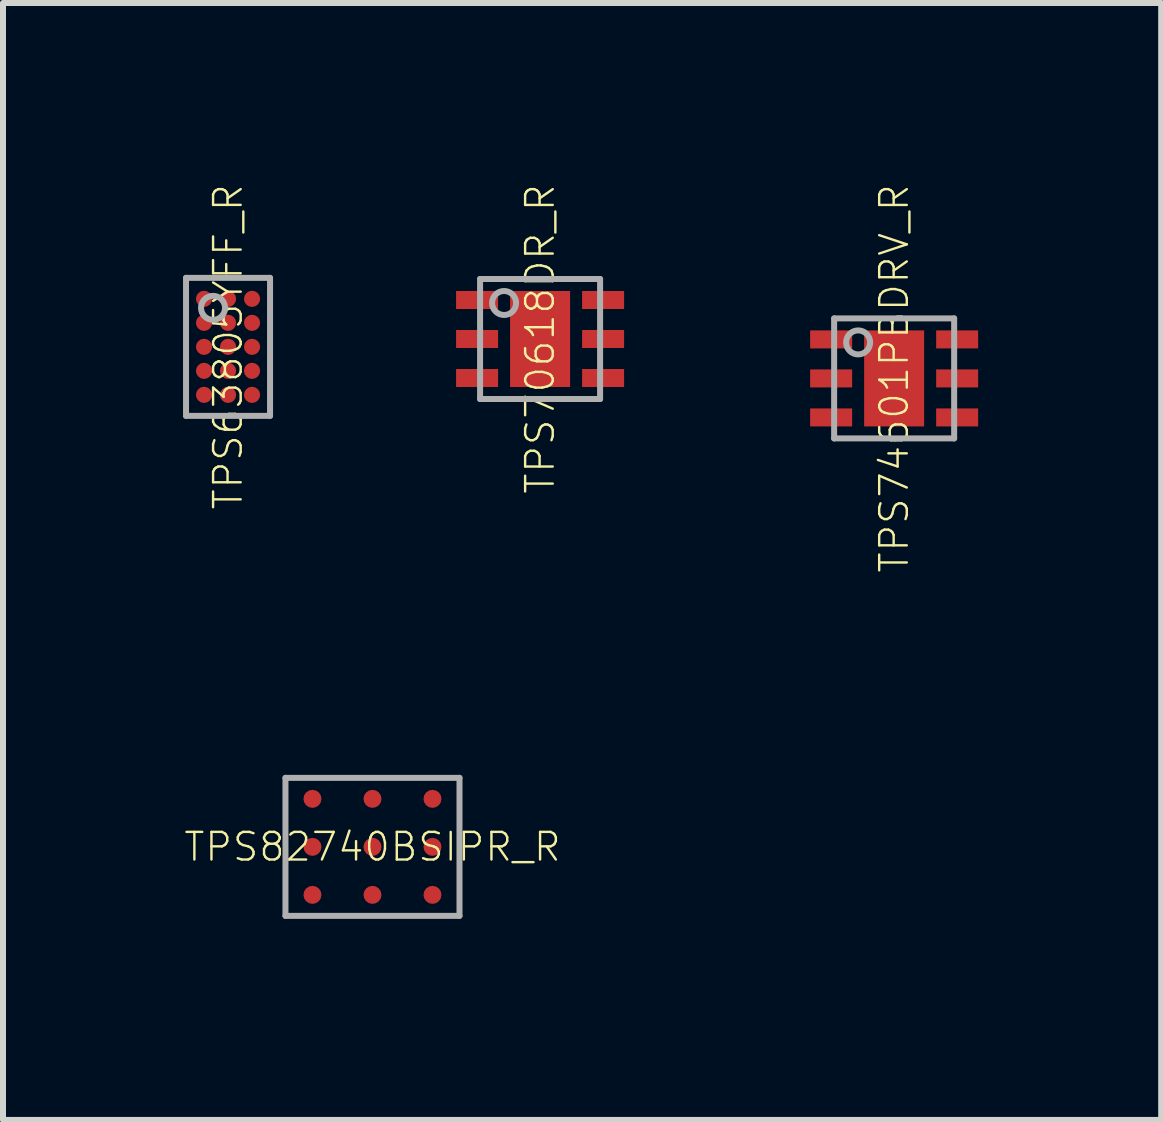
<source format=kicad_pcb>
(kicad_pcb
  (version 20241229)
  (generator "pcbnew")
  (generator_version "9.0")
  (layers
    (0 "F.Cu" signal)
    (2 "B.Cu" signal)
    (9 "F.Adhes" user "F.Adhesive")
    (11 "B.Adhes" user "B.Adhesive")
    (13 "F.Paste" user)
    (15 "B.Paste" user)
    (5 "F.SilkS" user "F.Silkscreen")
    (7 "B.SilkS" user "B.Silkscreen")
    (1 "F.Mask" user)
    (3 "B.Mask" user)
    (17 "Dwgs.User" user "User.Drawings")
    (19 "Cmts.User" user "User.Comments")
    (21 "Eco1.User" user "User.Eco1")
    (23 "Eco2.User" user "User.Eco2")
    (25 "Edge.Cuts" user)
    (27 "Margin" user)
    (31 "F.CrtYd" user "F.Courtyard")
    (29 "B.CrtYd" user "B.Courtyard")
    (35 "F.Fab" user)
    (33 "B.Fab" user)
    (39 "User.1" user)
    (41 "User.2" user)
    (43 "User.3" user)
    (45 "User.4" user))
  (footprint "TPS82740BSIPR_R"
    (layer "F.Cu")
    (at 3.157 11.062)
    (property "Reference" "TPS82740BSIPR_R" (at 0 0 0) (unlocked yes) (layer "F.SilkS") (effects (font (size 0.46 0.46) (thickness 0.04))))
    (fp_line (start -1.5 -1.2) (end -1.8 -1.2) (stroke (width 0.1) (type solid)) (layer "F.Mask"))
    (fp_line (start -1.5 -1.2) (end -1.5 -1.5) (stroke (width 0.1) (type solid)) (layer "F.Mask"))
    (fp_line (start -1.5 1.2) (end -1.8 1.2) (stroke (width 0.1) (type solid)) (layer "F.Mask"))
    (fp_line (start -1.5 1.2) (end -1.5 1.5) (stroke (width 0.1) (type solid)) (layer "F.Mask"))
    (fp_line (start 1.5 -1.2) (end 1.5 -1.5) (stroke (width 0.1) (type solid)) (layer "F.Mask"))
    (fp_line (start 1.5 -1.2) (end 1.8 -1.2) (stroke (width 0.1) (type solid)) (layer "F.Mask"))
    (fp_line (start 1.5 1.2) (end 1.5 1.5) (stroke (width 0.1) (type solid)) (layer "F.Mask"))
    (fp_line (start 1.5 1.2) (end 1.8 1.2) (stroke (width 0.1) (type solid)) (layer "F.Mask"))
    (fp_circle (center -1 -0.8) (end -0.9 -0.8) (stroke (width 0.2) (type solid)) (fill yes) (layer "F.Mask"))
    (fp_circle (center -1 0) (end -0.9 0) (stroke (width 0.2) (type solid)) (fill yes) (layer "F.Mask"))
    (fp_circle (center -1 0.8) (end -0.9 0.8) (stroke (width 0.2) (type solid)) (fill yes) (layer "F.Mask"))
    (fp_circle (center 0 -0.8) (end 0.1 -0.8) (stroke (width 0.2) (type solid)) (fill yes) (layer "F.Mask"))
    (fp_circle (center 0 0) (end 0.1 0) (stroke (width 0.2) (type solid)) (fill yes) (layer "F.Mask"))
    (fp_circle (center 0 0.8) (end 0.1 0.8) (stroke (width 0.2) (type solid)) (fill yes) (layer "F.Mask"))
    (fp_circle (center 1 -0.8) (end 1.1 -0.8) (stroke (width 0.2) (type solid)) (fill yes) (layer "F.Mask"))
    (fp_circle (center 1 0) (end 1.1 0) (stroke (width 0.2) (type solid)) (fill yes) (layer "F.Mask"))
    (fp_circle (center 1 0.8) (end 1.1 0.8) (stroke (width 0.2) (type solid)) (fill yes) (layer "F.Mask"))
    (fp_line (start -1.45 -1.15) (end 1.45 -1.15) (stroke (width 0.1) (type solid)) (layer "F.Fab"))
    (fp_line (start -1.45 1.15) (end -1.45 -1.15) (stroke (width 0.1) (type solid)) (layer "F.Fab"))
    (fp_line (start 1.45 -1.15) (end 1.45 1.15) (stroke (width 0.1) (type solid)) (layer "F.Fab"))
    (fp_line (start 1.45 1.15) (end -1.45 1.15) (stroke (width 0.1) (type solid)) (layer "F.Fab"))
    (pad "A1" smd roundrect (at -1 -0.8 180) (size 0.3 0.3) (layers "F.Cu" "F.Paste") (roundrect_rratio 0.5))
    (pad "A2" smd roundrect (at 0 -0.8 180) (size 0.3 0.3) (layers "F.Cu" "F.Paste") (roundrect_rratio 0.5))
    (pad "A3" smd roundrect (at 1 -0.8 180) (size 0.3 0.3) (layers "F.Cu" "F.Paste") (roundrect_rratio 0.5))
    (pad "B1" smd roundrect (at -1 0 180) (size 0.3 0.3) (layers "F.Cu" "F.Paste") (roundrect_rratio 0.5))
    (pad "B2" smd roundrect (at 0 0 180) (size 0.3 0.3) (layers "F.Cu" "F.Paste") (roundrect_rratio 0.5))
    (pad "B3" smd roundrect (at 1 0 180) (size 0.3 0.3) (layers "F.Cu" "F.Paste") (roundrect_rratio 0.5))
    (pad "C1" smd roundrect (at -1 0.8 180) (size 0.3 0.3) (layers "F.Cu" "F.Paste") (roundrect_rratio 0.5))
    (pad "C2" smd roundrect (at 0 0.8 180) (size 0.3 0.3) (layers "F.Cu" "F.Paste") (roundrect_rratio 0.5))
    (pad "C3" smd roundrect (at 1 0.8 180) (size 0.3 0.3) (layers "F.Cu" "F.Paste") (roundrect_rratio 0.5)))
  (footprint "TPS70618DR_R"
    (layer "F.Cu")
    (at 5.95 2.599)
    (property "Reference" "TPS70618DR_R" (at 0 0 90) (unlocked yes) (layer "F.SilkS") (effects (font (size 0.46 0.46) (thickness 0.04))))
    (fp_poly (pts (xy -1.45 -0.45) (xy -0.65 -0.45) (xy -0.65 -0.85) (xy -1.45 -0.85)) (stroke (width 0) (type default)) (fill yes) (layer "F.Mask"))
    (fp_poly (pts (xy -1.45 0.2) (xy -0.65 0.2) (xy -0.65 -0.2) (xy -1.45 -0.2)) (stroke (width 0) (type default)) (fill yes) (layer "F.Mask"))
    (fp_poly (pts (xy -1.45 0.85) (xy -0.65 0.85) (xy -0.65 0.45) (xy -1.45 0.45)) (stroke (width 0) (type default)) (fill yes) (layer "F.Mask"))
    (fp_poly (pts (xy -0.55 0.85) (xy 0.55 0.85) (xy 0.55 -0.85) (xy -0.55 -0.85)) (stroke (width 0) (type default)) (fill yes) (layer "F.Mask"))
    (fp_poly (pts (xy 0.65 -0.45) (xy 1.45 -0.45) (xy 1.45 -0.85) (xy 0.65 -0.85)) (stroke (width 0) (type default)) (fill yes) (layer "F.Mask"))
    (fp_poly (pts (xy 0.65 0.2) (xy 1.45 0.2) (xy 1.45 -0.2) (xy 0.65 -0.2)) (stroke (width 0) (type default)) (fill yes) (layer "F.Mask"))
    (fp_poly (pts (xy 0.65 0.85) (xy 1.45 0.85) (xy 1.45 0.45) (xy 0.65 0.45)) (stroke (width 0) (type default)) (fill yes) (layer "F.Mask"))
    (fp_poly (pts (xy -1.375 -0.525) (xy -0.725 -0.525) (xy -0.725 -0.775) (xy -1.375 -0.775)) (stroke (width 0) (type default)) (fill yes) (layer "F.Paste"))
    (fp_poly (pts (xy -1.375 0.125) (xy -0.725 0.125) (xy -0.725 -0.125) (xy -1.375 -0.125)) (stroke (width 0) (type default)) (fill yes) (layer "F.Paste"))
    (fp_poly (pts (xy -1.375 0.775) (xy -0.725 0.775) (xy -0.725 0.525) (xy -1.375 0.525)) (stroke (width 0) (type default)) (fill yes) (layer "F.Paste"))
    (fp_poly (pts (xy -0.4 0.7) (xy 0.4 0.7) (xy 0.4 -0.7) (xy -0.4 -0.7)) (stroke (width 0) (type default)) (fill yes) (layer "F.Paste"))
    (fp_poly (pts (xy 1.375 -0.775) (xy 0.725 -0.775) (xy 0.725 -0.525) (xy 1.375 -0.525)) (stroke (width 0) (type default)) (fill yes) (layer "F.Paste"))
    (fp_poly (pts (xy 1.375 -0.125) (xy 0.725 -0.125) (xy 0.725 0.125) (xy 1.375 0.125)) (stroke (width 0) (type default)) (fill yes) (layer "F.Paste"))
    (fp_poly (pts (xy 1.375 0.525) (xy 0.725 0.525) (xy 0.725 0.775) (xy 1.375 0.775)) (stroke (width 0) (type default)) (fill yes) (layer "F.Paste"))
    (fp_line (start -1 -1) (end -1 1) (stroke (width 0.1) (type solid)) (layer "F.Fab"))
    (fp_line (start -1 1) (end 1 1) (stroke (width 0.1) (type solid)) (layer "F.Fab"))
    (fp_line (start 1 -1) (end -1 -1) (stroke (width 0.1) (type solid)) (layer "F.Fab"))
    (fp_line (start 1 1) (end 1 -1) (stroke (width 0.1) (type solid)) (layer "F.Fab"))
    (fp_circle (center -0.6 -0.6) (end -0.4 -0.6) (stroke (width 0.1) (type solid)) (fill no) (layer "F.Fab"))
    (pad "0" smd rect (at 0 0) (size 1 1.6) (layers "F.Cu"))
    (pad "1" smd rect (at -1.05 -0.65) (size 0.7 0.3) (layers "F.Cu"))
    (pad "2" smd rect (at -1.05 0) (size 0.7 0.3) (layers "F.Cu"))
    (pad "3" smd rect (at -1.05 0.65) (size 0.7 0.3) (layers "F.Cu"))
    (pad "4" smd rect (at 1.05 0.65) (size 0.7 0.3) (layers "F.Cu"))
    (pad "5" smd rect (at 1.05 0) (size 0.7 0.3) (layers "F.Cu"))
    (pad "6" smd rect (at 1.05 -0.65) (size 0.7 0.3) (layers "F.Cu")))
  (footprint "TPS63805YFF_R"
    (layer "F.Cu")
    (at 0.75 2.73)
    (property "Reference" "TPS63805YFF_R" (at 0 0 90) (unlocked yes) (layer "F.SilkS") (effects (font (size 0.46 0.46) (thickness 0.04))))
    (fp_circle (center -0.4 -0.8) (end -0.343 -0.8) (stroke (width 0.115) (type solid)) (fill yes) (layer "F.Mask"))
    (fp_circle (center -0.4 -0.4) (end -0.343 -0.4) (stroke (width 0.115) (type solid)) (fill yes) (layer "F.Mask"))
    (fp_circle (center -0.4 0) (end -0.343 0) (stroke (width 0.115) (type solid)) (fill yes) (layer "F.Mask"))
    (fp_circle (center -0.4 0.4) (end -0.343 0.4) (stroke (width 0.115) (type solid)) (fill yes) (layer "F.Mask"))
    (fp_circle (center -0.4 0.8) (end -0.343 0.8) (stroke (width 0.115) (type solid)) (fill yes) (layer "F.Mask"))
    (fp_circle (center 0 -0.8) (end 0.058 -0.8) (stroke (width 0.115) (type solid)) (fill yes) (layer "F.Mask"))
    (fp_circle (center 0 -0.4) (end 0.058 -0.4) (stroke (width 0.115) (type solid)) (fill yes) (layer "F.Mask"))
    (fp_circle (center 0 0) (end 0.058 0) (stroke (width 0.115) (type solid)) (fill yes) (layer "F.Mask"))
    (fp_circle (center 0 0.4) (end 0.058 0.4) (stroke (width 0.115) (type solid)) (fill yes) (layer "F.Mask"))
    (fp_circle (center 0 0.8) (end 0.058 0.8) (stroke (width 0.115) (type solid)) (fill yes) (layer "F.Mask"))
    (fp_circle (center 0.4 -0.8) (end 0.458 -0.8) (stroke (width 0.115) (type solid)) (fill yes) (layer "F.Mask"))
    (fp_circle (center 0.4 -0.4) (end 0.458 -0.4) (stroke (width 0.115) (type solid)) (fill yes) (layer "F.Mask"))
    (fp_circle (center 0.4 0) (end 0.458 0) (stroke (width 0.115) (type solid)) (fill yes) (layer "F.Mask"))
    (fp_circle (center 0.4 0.4) (end 0.458 0.4) (stroke (width 0.115) (type solid)) (fill yes) (layer "F.Mask"))
    (fp_circle (center 0.4 0.8) (end 0.458 0.8) (stroke (width 0.115) (type solid)) (fill yes) (layer "F.Mask"))
    (fp_poly (pts (xy -0.287 -0.855) (xy -0.287 -0.745) (xy -0.345 -0.688) (xy -0.455 -0.688) (xy -0.512 -0.745) (xy -0.512 -0.855) (xy -0.455 -0.912) (xy -0.345 -0.912)) (stroke (width 0) (type default)) (fill yes) (layer "F.Paste"))
    (fp_poly (pts (xy -0.287 -0.455) (xy -0.287 -0.345) (xy -0.345 -0.287) (xy -0.455 -0.287) (xy -0.512 -0.345) (xy -0.512 -0.455) (xy -0.455 -0.512) (xy -0.345 -0.512)) (stroke (width 0) (type default)) (fill yes) (layer "F.Paste"))
    (fp_poly (pts (xy -0.287 0.345) (xy -0.287 0.455) (xy -0.345 0.512) (xy -0.455 0.512) (xy -0.512 0.455) (xy -0.512 0.345) (xy -0.455 0.287) (xy -0.345 0.287)) (stroke (width 0) (type default)) (fill yes) (layer "F.Paste"))
    (fp_poly (pts (xy -0.287 0.745) (xy -0.287 0.855) (xy -0.345 0.912) (xy -0.455 0.912) (xy -0.512 0.855) (xy -0.512 0.745) (xy -0.455 0.688) (xy -0.345 0.688)) (stroke (width 0) (type default)) (fill yes) (layer "F.Paste"))
    (fp_poly (pts (xy 0.512 -0.855) (xy 0.512 -0.745) (xy 0.455 -0.688) (xy 0.345 -0.688) (xy 0.287 -0.745) (xy 0.287 -0.855) (xy 0.345 -0.912) (xy 0.455 -0.912)) (stroke (width 0) (type default)) (fill yes) (layer "F.Paste"))
    (fp_poly (pts (xy 0.512 -0.455) (xy 0.512 -0.345) (xy 0.455 -0.287) (xy 0.345 -0.287) (xy 0.287 -0.345) (xy 0.287 -0.455) (xy 0.345 -0.512) (xy 0.455 -0.512)) (stroke (width 0) (type default)) (fill yes) (layer "F.Paste"))
    (fp_poly (pts (xy 0.512 0.345) (xy 0.512 0.455) (xy 0.455 0.512) (xy 0.345 0.512) (xy 0.287 0.455) (xy 0.287 0.345) (xy 0.345 0.287) (xy 0.455 0.287)) (stroke (width 0) (type default)) (fill yes) (layer "F.Paste"))
    (fp_poly (pts (xy 0.512 0.745) (xy 0.512 0.855) (xy 0.455 0.912) (xy 0.345 0.912) (xy 0.287 0.855) (xy 0.287 0.745) (xy 0.345 0.688) (xy 0.455 0.688)) (stroke (width 0) (type default)) (fill yes) (layer "F.Paste"))
    (fp_poly (pts (xy -0.295 -0.062) (xy -0.287 -0.062) (xy -0.287 0.055) (xy -0.338 0.105) (xy -0.338 0.113) (xy -0.455 0.113) (xy -0.505 0.062) (xy -0.512 0.062) (xy -0.512 -0.055) (xy -0.463 -0.105) (xy -0.463 -0.113) (xy -0.345 -0.113)) (stroke (width 0) (type default)) (fill yes) (layer "F.Paste"))
    (fp_poly (pts (xy 0.105 -0.863) (xy 0.113 -0.863) (xy 0.113 -0.745) (xy 0.062 -0.695) (xy 0.062 -0.688) (xy -0.055 -0.688) (xy -0.105 -0.738) (xy -0.113 -0.738) (xy -0.113 -0.855) (xy -0.062 -0.905) (xy -0.062 -0.912) (xy 0.055 -0.912)) (stroke (width 0) (type default)) (fill yes) (layer "F.Paste"))
    (fp_poly (pts (xy 0.105 -0.463) (xy 0.113 -0.463) (xy 0.113 -0.345) (xy 0.062 -0.295) (xy 0.062 -0.287) (xy -0.055 -0.287) (xy -0.105 -0.338) (xy -0.113 -0.338) (xy -0.113 -0.455) (xy -0.062 -0.505) (xy -0.062 -0.512) (xy 0.055 -0.512)) (stroke (width 0) (type default)) (fill yes) (layer "F.Paste"))
    (fp_poly (pts (xy 0.105 0.338) (xy 0.113 0.338) (xy 0.113 0.455) (xy 0.062 0.505) (xy 0.062 0.512) (xy -0.055 0.512) (xy -0.105 0.463) (xy -0.113 0.463) (xy -0.113 0.345) (xy -0.062 0.295) (xy -0.062 0.287) (xy 0.055 0.287)) (stroke (width 0) (type default)) (fill yes) (layer "F.Paste"))
    (fp_poly (pts (xy 0.105 0.738) (xy 0.113 0.738) (xy 0.113 0.855) (xy 0.062 0.905) (xy 0.062 0.912) (xy -0.055 0.912) (xy -0.105 0.863) (xy -0.113 0.863) (xy -0.113 0.745) (xy -0.062 0.695) (xy -0.062 0.688) (xy 0.055 0.688)) (stroke (width 0) (type default)) (fill yes) (layer "F.Paste"))
    (fp_poly (pts (xy 0.505 -0.062) (xy 0.512 -0.062) (xy 0.512 0.055) (xy 0.463 0.105) (xy 0.463 0.113) (xy 0.345 0.113) (xy 0.295 0.062) (xy 0.287 0.062) (xy 0.287 -0.055) (xy 0.338 -0.105) (xy 0.338 -0.113) (xy 0.455 -0.113)) (stroke (width 0) (type default)) (fill yes) (layer "F.Paste"))
    (fp_poly (pts (xy 0.105 -0.062) (xy 0.113 -0.062) (xy 0.113 0.052) (xy 0.095 0.095) (xy 0.062 0.108) (xy 0.062 0.113) (xy -0.055 0.113) (xy -0.105 0.062) (xy -0.113 0.062) (xy -0.113 -0.055) (xy -0.062 -0.105) (xy -0.062 -0.113) (xy 0.055 -0.113)) (stroke (width 0) (type default)) (fill yes) (layer "F.Paste"))
    (fp_line (start -0.7 -1.15) (end 0.7 -1.15) (stroke (width 0.1) (type solid)) (layer "F.Fab"))
    (fp_line (start -0.7 1.15) (end -0.7 -1.15) (stroke (width 0.1) (type solid)) (layer "F.Fab"))
    (fp_line (start 0.7 -1.15) (end 0.7 1.15) (stroke (width 0.1) (type solid)) (layer "F.Fab"))
    (fp_line (start 0.7 1.15) (end -0.7 1.15) (stroke (width 0.1) (type solid)) (layer "F.Fab"))
    (fp_circle (center -0.25 -0.65) (end -0.05 -0.65) (stroke (width 0.1) (type solid)) (fill no) (layer "F.Fab"))
    (pad "A1" smd roundrect (at -0.4 -0.8) (size 0.27 0.27) (layers "F.Cu") (roundrect_rratio 0.5))
    (pad "A2" smd roundrect (at 0 -0.8) (size 0.27 0.27) (layers "F.Cu") (roundrect_rratio 0.5))
    (pad "A3" smd roundrect (at 0.4 -0.8) (size 0.27 0.27) (layers "F.Cu") (roundrect_rratio 0.5))
    (pad "B1" smd roundrect (at -0.4 -0.4) (size 0.27 0.27) (layers "F.Cu") (roundrect_rratio 0.5))
    (pad "B2" smd roundrect (at 0 -0.4) (size 0.27 0.27) (layers "F.Cu") (roundrect_rratio 0.5))
    (pad "B3" smd roundrect (at 0.4 -0.4) (size 0.27 0.27) (layers "F.Cu") (roundrect_rratio 0.5))
    (pad "C1" smd roundrect (at -0.4 0) (size 0.27 0.27) (layers "F.Cu") (roundrect_rratio 0.5))
    (pad "C2" smd roundrect (at 0 0) (size 0.27 0.27) (layers "F.Cu") (roundrect_rratio 0.5))
    (pad "C3" smd roundrect (at 0.4 0) (size 0.27 0.27) (layers "F.Cu") (roundrect_rratio 0.5))
    (pad "D1" smd roundrect (at -0.4 0.4) (size 0.27 0.27) (layers "F.Cu") (roundrect_rratio 0.5))
    (pad "D2" smd roundrect (at 0 0.4) (size 0.27 0.27) (layers "F.Cu") (roundrect_rratio 0.5))
    (pad "D3" smd roundrect (at 0.4 0.4) (size 0.27 0.27) (layers "F.Cu") (roundrect_rratio 0.5))
    (pad "E1" smd roundrect (at -0.4 0.8) (size 0.27 0.27) (layers "F.Cu") (roundrect_rratio 0.5))
    (pad "E2" smd roundrect (at 0 0.8) (size 0.27 0.27) (layers "F.Cu") (roundrect_rratio 0.5))
    (pad "E3" smd roundrect (at 0.4 0.8) (size 0.27 0.27) (layers "F.Cu") (roundrect_rratio 0.5)))
  (footprint "TPS74601PBDRV_R"
    (layer "F.Cu")
    (at 11.85 3.256)
    (property "Reference" "TPS74601PBDRV_R" (at 0 0 90) (unlocked yes) (layer "F.SilkS") (effects (font (size 0.46 0.46) (thickness 0.04))))
    (fp_poly (pts (xy -1.45 -0.45) (xy -0.65 -0.45) (xy -0.65 -0.85) (xy -1.45 -0.85)) (stroke (width 0) (type default)) (fill yes) (layer "F.Mask"))
    (fp_poly (pts (xy -1.45 0.2) (xy -0.65 0.2) (xy -0.65 -0.2) (xy -1.45 -0.2)) (stroke (width 0) (type default)) (fill yes) (layer "F.Mask"))
    (fp_poly (pts (xy -1.45 0.85) (xy -0.65 0.85) (xy -0.65 0.45) (xy -1.45 0.45)) (stroke (width 0) (type default)) (fill yes) (layer "F.Mask"))
    (fp_poly (pts (xy -0.55 0.85) (xy 0.55 0.85) (xy 0.55 -0.85) (xy -0.55 -0.85)) (stroke (width 0) (type default)) (fill yes) (layer "F.Mask"))
    (fp_poly (pts (xy 0.65 -0.45) (xy 1.45 -0.45) (xy 1.45 -0.85) (xy 0.65 -0.85)) (stroke (width 0) (type default)) (fill yes) (layer "F.Mask"))
    (fp_poly (pts (xy 0.65 0.2) (xy 1.45 0.2) (xy 1.45 -0.2) (xy 0.65 -0.2)) (stroke (width 0) (type default)) (fill yes) (layer "F.Mask"))
    (fp_poly (pts (xy 0.65 0.85) (xy 1.45 0.85) (xy 1.45 0.45) (xy 0.65 0.45)) (stroke (width 0) (type default)) (fill yes) (layer "F.Mask"))
    (fp_poly (pts (xy -1.375 -0.525) (xy -0.725 -0.525) (xy -0.725 -0.775) (xy -1.375 -0.775)) (stroke (width 0) (type default)) (fill yes) (layer "F.Paste"))
    (fp_poly (pts (xy -1.375 0.125) (xy -0.725 0.125) (xy -0.725 -0.125) (xy -1.375 -0.125)) (stroke (width 0) (type default)) (fill yes) (layer "F.Paste"))
    (fp_poly (pts (xy -1.375 0.775) (xy -0.725 0.775) (xy -0.725 0.525) (xy -1.375 0.525)) (stroke (width 0) (type default)) (fill yes) (layer "F.Paste"))
    (fp_poly (pts (xy -0.5 -0.1) (xy 0.5 -0.1) (xy 0.5 -0.8) (xy -0.5 -0.8)) (stroke (width 0) (type default)) (fill yes) (layer "F.Paste"))
    (fp_poly (pts (xy -0.5 0.8) (xy 0.5 0.8) (xy 0.5 0.1) (xy -0.5 0.1)) (stroke (width 0) (type default)) (fill yes) (layer "F.Paste"))
    (fp_poly (pts (xy 1.375 -0.775) (xy 0.725 -0.775) (xy 0.725 -0.525) (xy 1.375 -0.525)) (stroke (width 0) (type default)) (fill yes) (layer "F.Paste"))
    (fp_poly (pts (xy 1.375 -0.125) (xy 0.725 -0.125) (xy 0.725 0.125) (xy 1.375 0.125)) (stroke (width 0) (type default)) (fill yes) (layer "F.Paste"))
    (fp_poly (pts (xy 1.375 0.525) (xy 0.725 0.525) (xy 0.725 0.775) (xy 1.375 0.775)) (stroke (width 0) (type default)) (fill yes) (layer "F.Paste"))
    (fp_line (start -1 -1) (end -1 1) (stroke (width 0.1) (type solid)) (layer "F.Fab"))
    (fp_line (start -1 1) (end 1 1) (stroke (width 0.1) (type solid)) (layer "F.Fab"))
    (fp_line (start 1 -1) (end -1 -1) (stroke (width 0.1) (type solid)) (layer "F.Fab"))
    (fp_line (start 1 1) (end 1 -1) (stroke (width 0.1) (type solid)) (layer "F.Fab"))
    (fp_circle (center -0.6 -0.6) (end -0.4 -0.6) (stroke (width 0.1) (type solid)) (fill no) (layer "F.Fab"))
    (pad "0" smd rect (at 0 0) (size 1 1.6) (layers "F.Cu"))
    (pad "1" smd rect (at -1.05 -0.65) (size 0.7 0.3) (layers "F.Cu"))
    (pad "2" smd rect (at -1.05 0) (size 0.7 0.3) (layers "F.Cu"))
    (pad "3" smd rect (at -1.05 0.65) (size 0.7 0.3) (layers "F.Cu"))
    (pad "4" smd rect (at 1.05 0.65) (size 0.7 0.3) (layers "F.Cu"))
    (pad "5" smd rect (at 1.05 0) (size 0.7 0.3) (layers "F.Cu"))
    (pad "6" smd rect (at 1.05 -0.65) (size 0.7 0.3) (layers "F.Cu")))
  (gr_rect
    (start -3 -3)
    (end 16.3 15.612)
    (stroke (width 0.1) (type default))
    (fill no)
    (layer "Edge.Cuts")))
</source>
